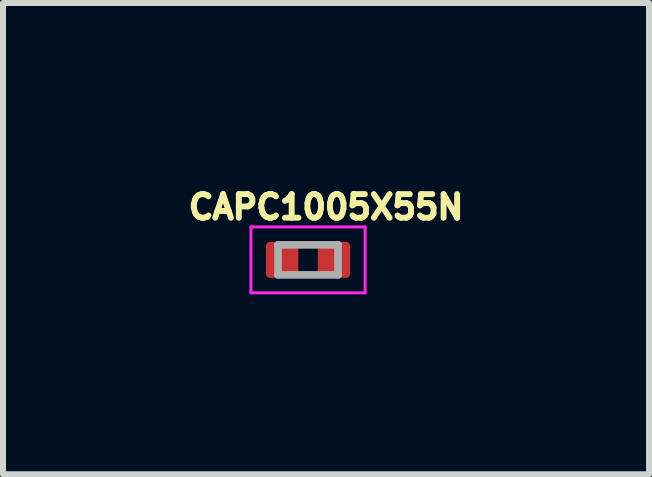
<source format=kicad_pcb>
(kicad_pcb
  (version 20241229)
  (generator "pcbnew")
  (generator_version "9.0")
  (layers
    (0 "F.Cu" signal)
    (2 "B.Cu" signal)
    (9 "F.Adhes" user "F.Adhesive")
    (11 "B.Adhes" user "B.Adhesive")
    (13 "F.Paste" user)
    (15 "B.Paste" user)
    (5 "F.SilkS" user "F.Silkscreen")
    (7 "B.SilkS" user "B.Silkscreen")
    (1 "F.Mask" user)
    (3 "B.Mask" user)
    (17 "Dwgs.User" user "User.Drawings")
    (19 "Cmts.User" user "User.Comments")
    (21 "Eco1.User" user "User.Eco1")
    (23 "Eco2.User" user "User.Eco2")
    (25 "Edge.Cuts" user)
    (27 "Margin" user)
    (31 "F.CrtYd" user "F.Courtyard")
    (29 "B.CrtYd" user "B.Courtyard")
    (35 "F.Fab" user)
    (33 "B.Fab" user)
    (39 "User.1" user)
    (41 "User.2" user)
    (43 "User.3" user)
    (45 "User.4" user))
  (footprint "CAPC1005X55N"
    (layer "F.Cu")
    (at 2.086 1.283)
    (property "Reference" "CAPC1005X55N" (at 0.3 -0.88 0) (layer "F.SilkS") (effects (font (size 0.394 0.394) (thickness 0.15))))
    (attr smd)
    (fp_line (start -0.952 -0.55) (end 0.952 -0.55) (stroke (width 0.05) (type solid)) (layer "F.CrtYd"))
    (fp_line (start -0.952 0.55) (end -0.952 -0.55) (stroke (width 0.05) (type solid)) (layer "F.CrtYd"))
    (fp_line (start -0.952 0.55) (end 0.952 0.55) (stroke (width 0.05) (type solid)) (layer "F.CrtYd"))
    (fp_line (start 0.952 0.55) (end 0.952 -0.55) (stroke (width 0.05) (type solid)) (layer "F.CrtYd"))
    (fp_line (start -0.5 0.25) (end -0.5 -0.25) (stroke (width 0.127) (type solid)) (layer "F.Fab"))
    (fp_line (start 0.5 -0.25) (end -0.5 -0.25) (stroke (width 0.127) (type solid)) (layer "F.Fab"))
    (fp_line (start 0.5 0.25) (end -0.5 0.25) (stroke (width 0.127) (type solid)) (layer "F.Fab"))
    (fp_line (start 0.5 0.25) (end 0.5 -0.25) (stroke (width 0.127) (type solid)) (layer "F.Fab"))
    (pad "1" smd roundrect (at -0.432 0) (size 0.54 0.6) (layers "F.Cu" "F.Mask" "F.Paste") (roundrect_rratio 0.125))
    (pad "2" smd roundrect (at 0.432 0) (size 0.54 0.6) (layers "F.Cu" "F.Mask" "F.Paste") (roundrect_rratio 0.125)))
  (gr_rect
    (start -3 -3)
    (end 7.772 4.858)
    (stroke (width 0.1) (type default))
    (fill no)
    (layer "Edge.Cuts")))
</source>
